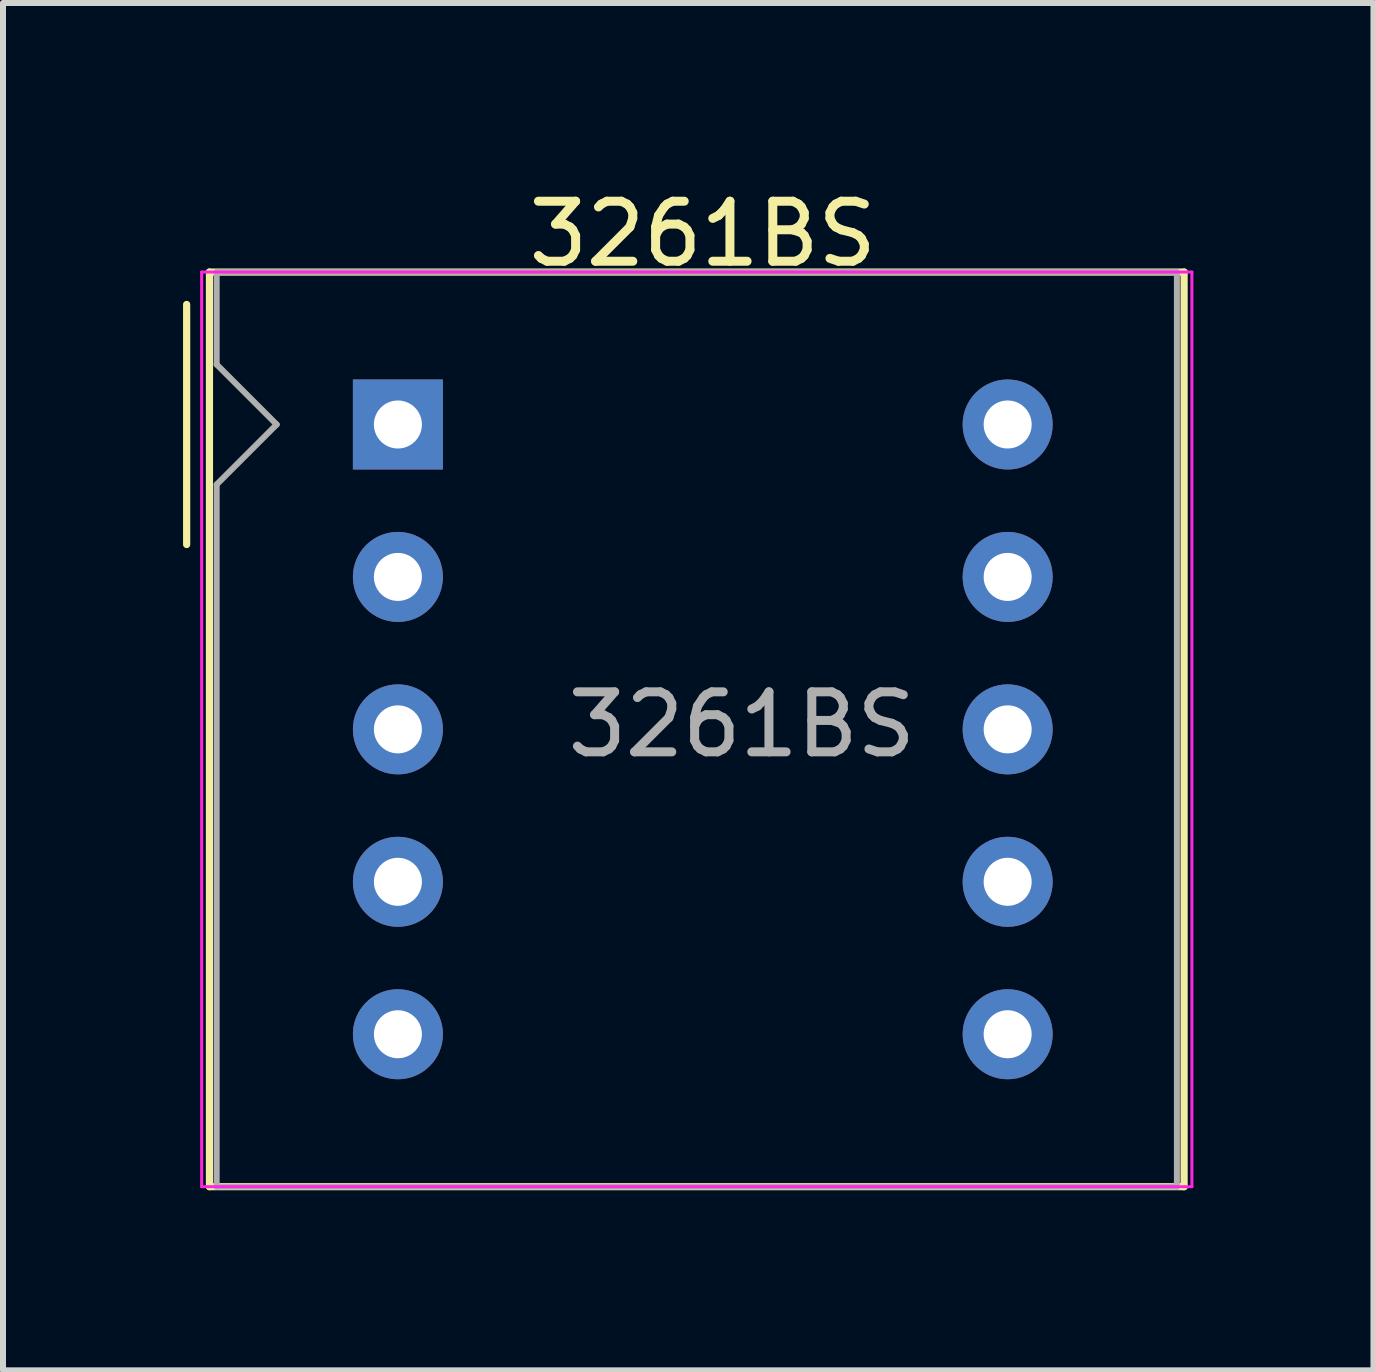
<source format=kicad_pcb>
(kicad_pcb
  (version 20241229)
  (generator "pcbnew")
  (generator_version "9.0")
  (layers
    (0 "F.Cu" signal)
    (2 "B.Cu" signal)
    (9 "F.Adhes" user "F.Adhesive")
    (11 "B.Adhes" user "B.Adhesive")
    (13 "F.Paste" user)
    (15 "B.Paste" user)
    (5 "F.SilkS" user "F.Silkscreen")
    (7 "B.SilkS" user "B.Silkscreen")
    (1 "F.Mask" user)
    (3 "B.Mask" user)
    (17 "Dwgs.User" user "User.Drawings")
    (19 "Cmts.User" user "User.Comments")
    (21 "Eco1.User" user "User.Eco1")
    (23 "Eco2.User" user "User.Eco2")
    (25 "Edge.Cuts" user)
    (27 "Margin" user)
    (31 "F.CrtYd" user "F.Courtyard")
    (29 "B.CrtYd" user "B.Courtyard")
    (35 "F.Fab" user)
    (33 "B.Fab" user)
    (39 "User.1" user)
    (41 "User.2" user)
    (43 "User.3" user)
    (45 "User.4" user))
  (footprint "3261BS"
    (layer "F.Cu")
    (at 2.31 4.023)
    (property "Reference" "3261BS" (at 6.35 -3.175 0) (layer "F.SilkS") (effects (font (size 1 1) (thickness 0.15))))
    (attr through_hole)
    (fp_line (start -2.25 -2) (end -2.25 2) (stroke (width 0.12) (type solid)) (layer "F.SilkS"))
    (fp_line (start -1.87 -2.54) (end 14.37 -2.54) (stroke (width 0.12) (type solid)) (layer "F.SilkS"))
    (fp_line (start -1.87 12.7) (end -1.87 -2.54) (stroke (width 0.12) (type solid)) (layer "F.SilkS"))
    (fp_line (start 14.37 -2.54) (end 14.37 12.7) (stroke (width 0.12) (type solid)) (layer "F.SilkS"))
    (fp_line (start 14.37 12.7) (end -1.87 12.7) (stroke (width 0.12) (type solid)) (layer "F.SilkS"))
    (fp_line (start -2 -2.54) (end 14.5 -2.54) (stroke (width 0.05) (type solid)) (layer "F.CrtYd"))
    (fp_line (start -2 12.7) (end -2 -2.54) (stroke (width 0.05) (type solid)) (layer "F.CrtYd"))
    (fp_line (start 14.5 -2.54) (end 14.5 12.7) (stroke (width 0.05) (type solid)) (layer "F.CrtYd"))
    (fp_line (start 14.5 12.7) (end -2 12.7) (stroke (width 0.05) (type solid)) (layer "F.CrtYd"))
    (fp_line (start -1.75 -2.54) (end 14.25 -2.54) (stroke (width 0.1) (type solid)) (layer "F.Fab"))
    (fp_line (start -1.75 -1) (end -1.75 -2.54) (stroke (width 0.1) (type solid)) (layer "F.Fab"))
    (fp_line (start -1.75 1) (end -0.75 0) (stroke (width 0.1) (type solid)) (layer "F.Fab"))
    (fp_line (start -1.75 12.7) (end -1.75 1) (stroke (width 0.1) (type solid)) (layer "F.Fab"))
    (fp_line (start -0.75 0) (end -1.75 -1) (stroke (width 0.1) (type solid)) (layer "F.Fab"))
    (fp_line (start 14.25 -2.54) (end 14.25 12.7) (stroke (width 0.1) (type solid)) (layer "F.Fab"))
    (fp_line (start 14.25 12.7) (end -1.75 12.7) (stroke (width 0.1) (type solid)) (layer "F.Fab"))
    (fp_text user "${REFERENCE}" (at 7 5 0) (layer "F.Fab") (effects (font (size 1 1) (thickness 0.15))))
    (pad "1" thru_hole rect (at 1.27 0) (size 1.5 1.5) (drill 0.8) (layers "*.Cu" "*.Mask"))
    (pad "2" thru_hole circle (at 1.27 2.54) (size 1.5 1.5) (drill 0.8) (layers "*.Cu" "*.Mask"))
    (pad "3" thru_hole circle (at 1.27 5.08) (size 1.5 1.5) (drill 0.8) (layers "*.Cu" "*.Mask"))
    (pad "4" thru_hole circle (at 1.27 7.62) (size 1.5 1.5) (drill 0.8) (layers "*.Cu" "*.Mask"))
    (pad "5" thru_hole circle (at 1.27 10.16) (size 1.5 1.5) (drill 0.8) (layers "*.Cu" "*.Mask"))
    (pad "6" thru_hole circle (at 11.43 10.16) (size 1.5 1.5) (drill 0.8) (layers "*.Cu" "*.Mask"))
    (pad "7" thru_hole circle (at 11.43 7.62) (size 1.5 1.5) (drill 0.8) (layers "*.Cu" "*.Mask"))
    (pad "8" thru_hole circle (at 11.43 5.08) (size 1.5 1.5) (drill 0.8) (layers "*.Cu" "*.Mask"))
    (pad "9" thru_hole circle (at 11.43 2.54) (size 1.5 1.5) (drill 0.8) (layers "*.Cu" "*.Mask"))
    (pad "10" thru_hole circle (at 11.43 0) (size 1.5 1.5) (drill 0.8) (layers "*.Cu" "*.Mask")))
  (gr_rect
    (start -3 -3)
    (end 19.835 19.783)
    (stroke (width 0.1) (type default))
    (fill no)
    (layer "Edge.Cuts")))
</source>
